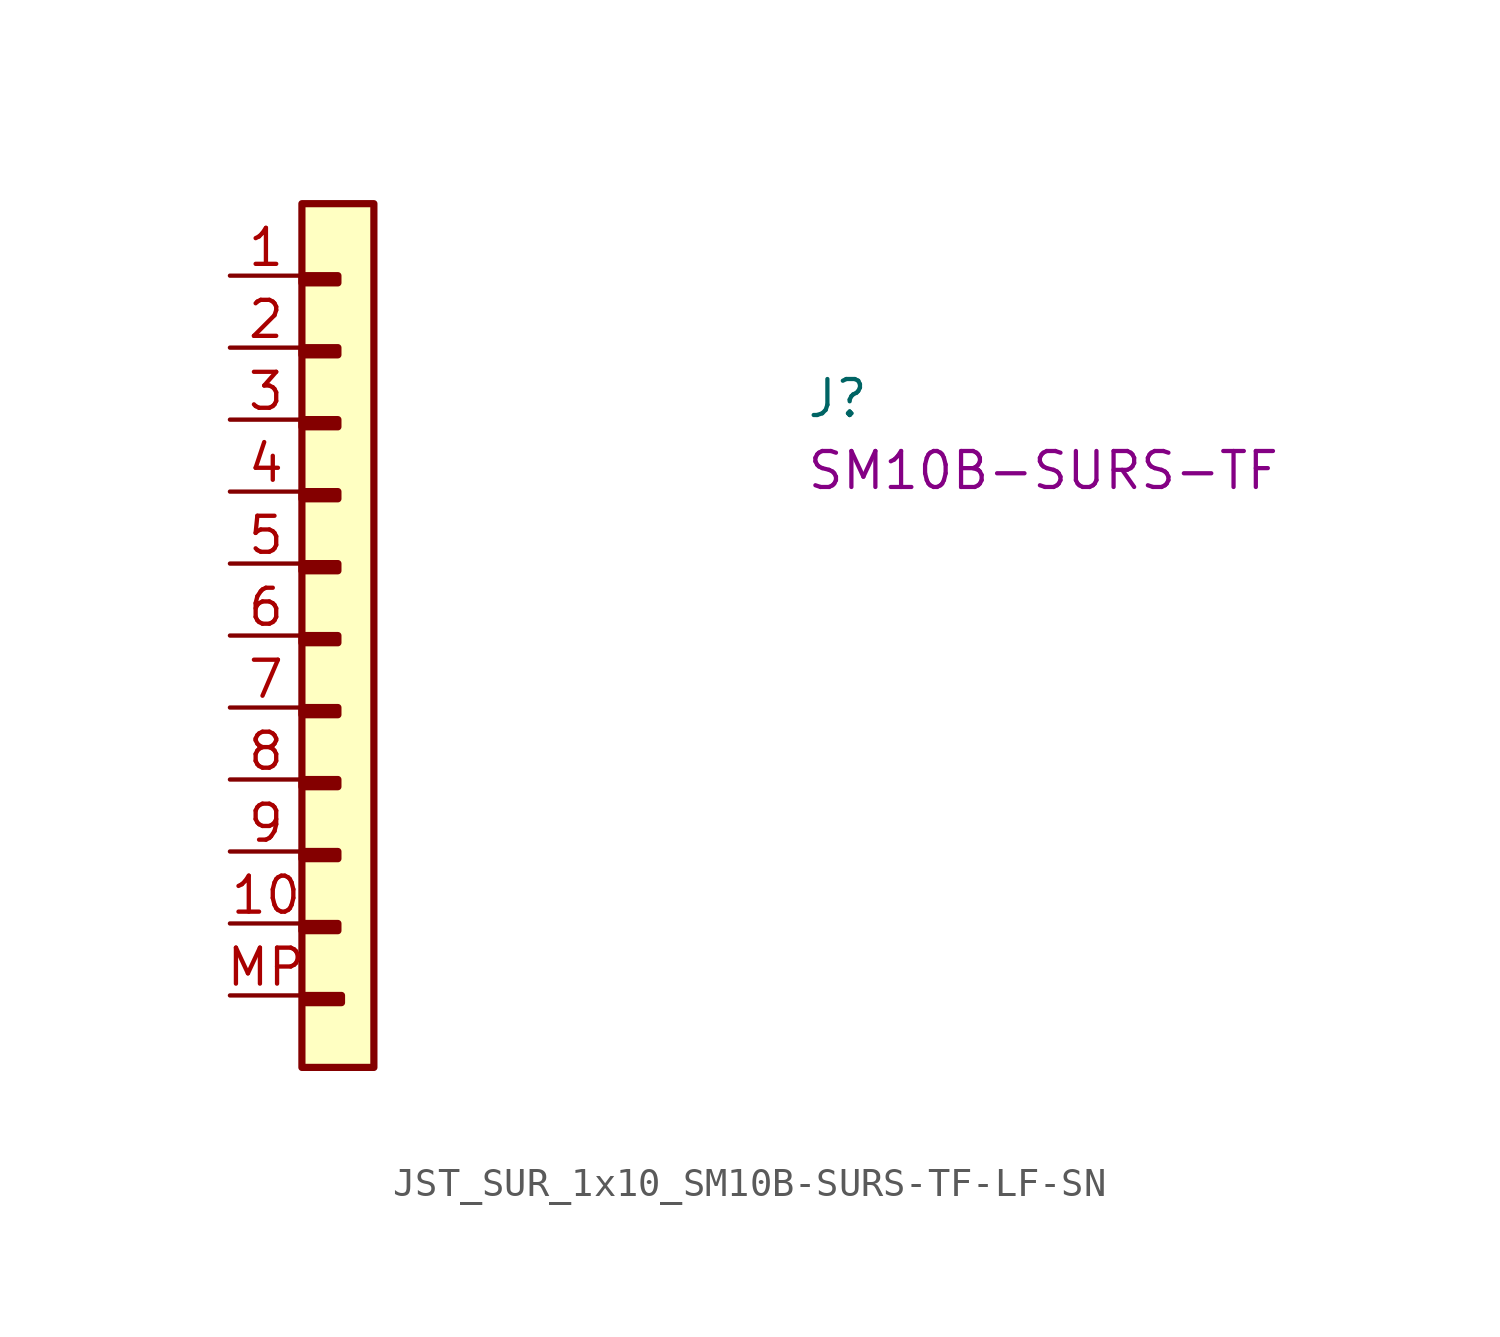
<source format=kicad_sym>
(kicad_symbol_lib
  (version 20220914)
  (generator kicad_symbol_editor)
  (symbol "JST_SUR_1x10_SM10B-SURS-TF-LF-SN"
    (property "Reference" "J"
      (at 20.32 -5.08 0)
      (effects (font (size 1.27 1.27) (thickness 0.15)) (justify left bottom)))
    (property "MPN" "SM10B-SURS-TF"
      (at 20.32 -7.62 0)
      (effects (font (size 1.27 1.27) (thickness 0.15)) (justify left bottom)))
    (symbol "JST_SUR_1x10_SM10B-SURS-TF-LF-SN_1_1"
      (rectangle (start 2.54 -22.86) (end 3.81 -23.114) (stroke (width 0.254) (type default)) (fill (type background)))
      (rectangle (start 2.54 -20.32) (end 3.81 -20.574) (stroke (width 0.254) (type default)) (fill (type background)))
      (rectangle (start 2.54 -17.78) (end 3.81 -18.034) (stroke (width 0.254) (type default)) (fill (type background)))
      (rectangle (start 2.54 -15.24) (end 3.81 -15.494) (stroke (width 0.254) (type default)) (fill (type background)))
      (rectangle (start 2.54 -12.7) (end 3.81 -12.954) (stroke (width 0.254) (type default)) (fill (type background)))
      (rectangle (start 2.54 -10.16) (end 3.81 -10.414) (stroke (width 0.254) (type default)) (fill (type background)))
      (rectangle (start 2.54 -7.62) (end 3.81 -7.874) (stroke (width 0.254) (type default)) (fill (type background)))
      (rectangle (start 2.54 -5.08) (end 3.81 -5.334) (stroke (width 0.254) (type default)) (fill (type background)))
      (rectangle (start 2.54 -2.54) (end 3.81 -2.794) (stroke (width 0.254) (type default)) (fill (type background)))
      (rectangle (start 2.54 0) (end 3.81 -0.254) (stroke (width 0.254) (type default)) (fill (type background)))
      (rectangle (start 2.54 2.54) (end 5.08 -27.94) (stroke (width 0.254) (type default)) (fill (type background)))
      (rectangle (start 2.667 -25.4) (end 3.937 -25.654) (stroke (width 0.254) (type default)) (fill (type background)))
      (pin passive line (at 0 0 0) (length 2.54) (name "~" (effects (font (size 1.27 1.27)))) (number "1" (effects (font (size 1.27 1.27)))))
      (pin passive line (at 0 -22.86 0) (length 2.54) (name "~" (effects (font (size 1.27 1.27)))) (number "10" (effects (font (size 1.27 1.27)))))
      (pin passive line (at 0 -2.54 0) (length 2.54) (name "~" (effects (font (size 1.27 1.27)))) (number "2" (effects (font (size 1.27 1.27)))))
      (pin passive line (at 0 -5.08 0) (length 2.54) (name "~" (effects (font (size 1.27 1.27)))) (number "3" (effects (font (size 1.27 1.27)))))
      (pin passive line (at 0 -7.62 0) (length 2.54) (name "~" (effects (font (size 1.27 1.27)))) (number "4" (effects (font (size 1.27 1.27)))))
      (pin passive line (at 0 -10.16 0) (length 2.54) (name "~" (effects (font (size 1.27 1.27)))) (number "5" (effects (font (size 1.27 1.27)))))
      (pin passive line (at 0 -12.7 0) (length 2.54) (name "~" (effects (font (size 1.27 1.27)))) (number "6" (effects (font (size 1.27 1.27)))))
      (pin passive line (at 0 -15.24 0) (length 2.54) (name "~" (effects (font (size 1.27 1.27)))) (number "7" (effects (font (size 1.27 1.27)))))
      (pin passive line (at 0 -17.78 0) (length 2.54) (name "~" (effects (font (size 1.27 1.27)))) (number "8" (effects (font (size 1.27 1.27)))))
      (pin passive line (at 0 -20.32 0) (length 2.54) (name "~" (effects (font (size 1.27 1.27)))) (number "9" (effects (font (size 1.27 1.27)))))
      (pin passive line (at 0 -25.4 0) (length 2.54) (name "~" (effects (font (size 1.27 1.27)))) (number "MP" (effects (font (size 1.27 1.27))))))))
</source>
